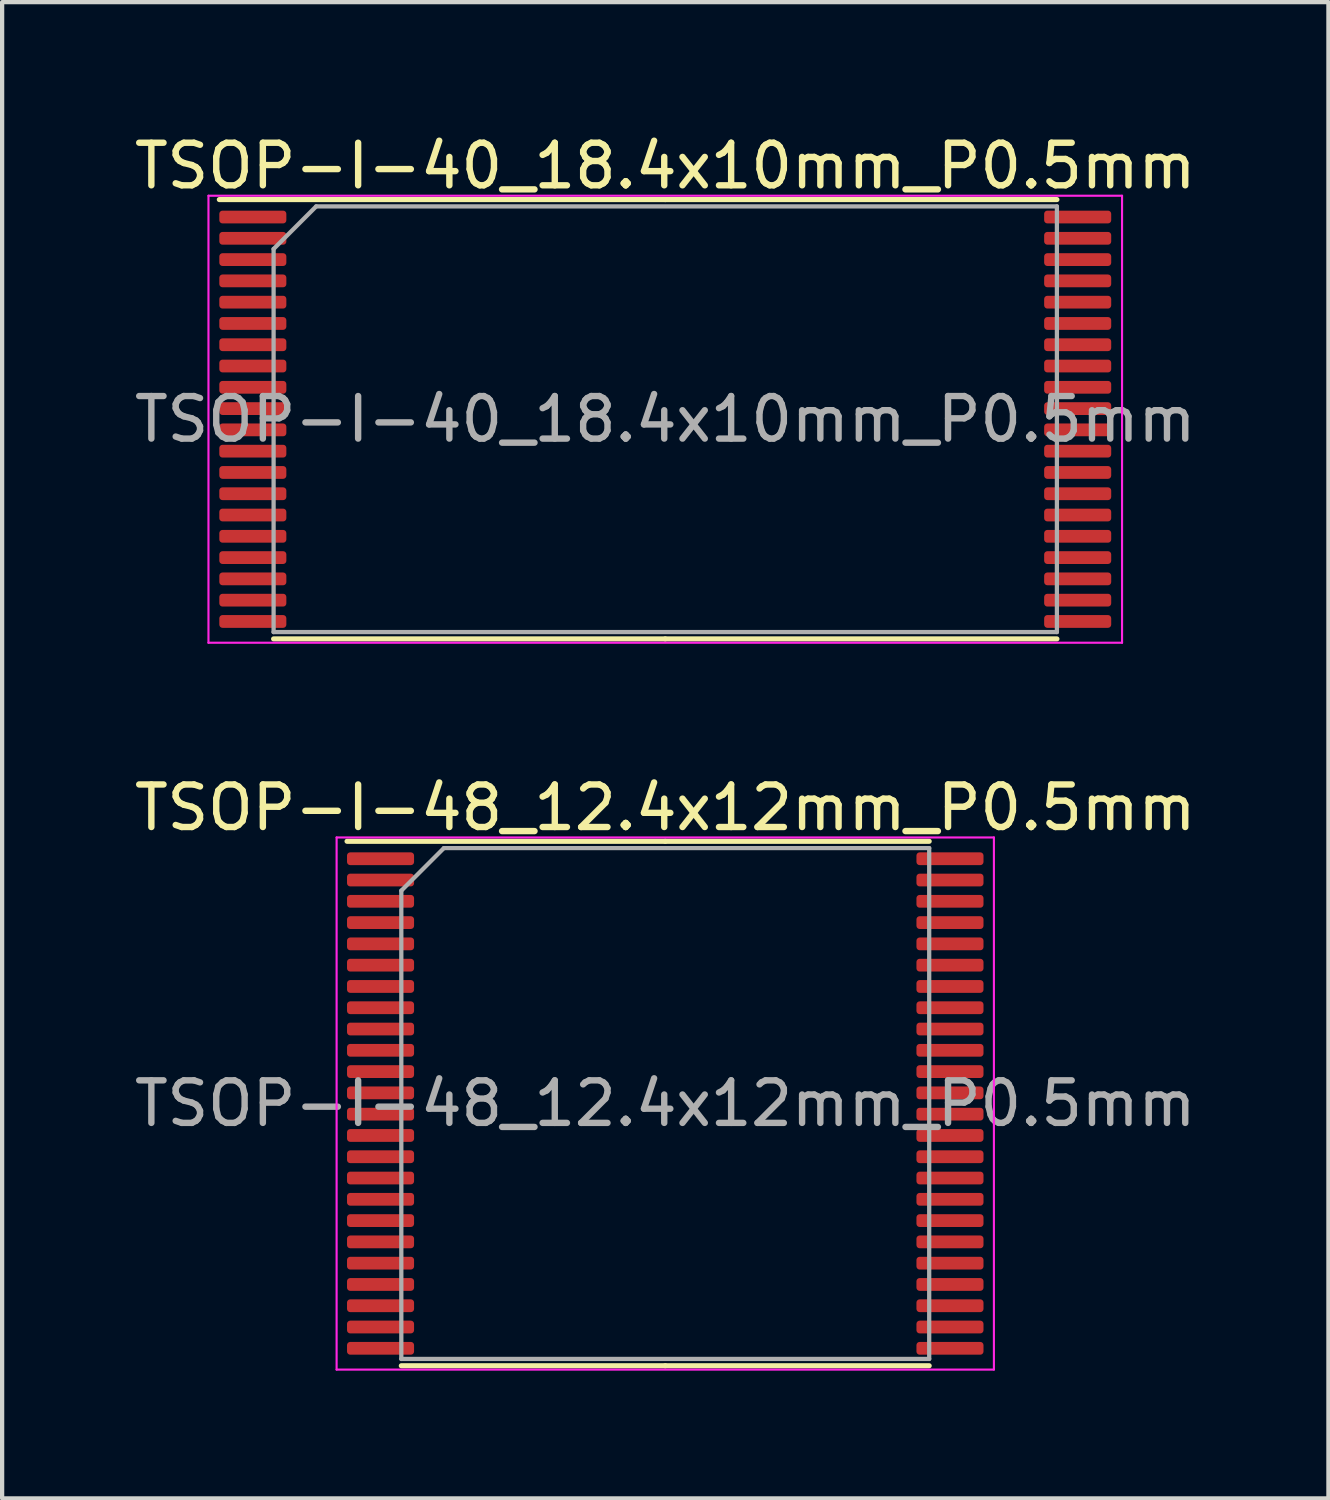
<source format=kicad_pcb>
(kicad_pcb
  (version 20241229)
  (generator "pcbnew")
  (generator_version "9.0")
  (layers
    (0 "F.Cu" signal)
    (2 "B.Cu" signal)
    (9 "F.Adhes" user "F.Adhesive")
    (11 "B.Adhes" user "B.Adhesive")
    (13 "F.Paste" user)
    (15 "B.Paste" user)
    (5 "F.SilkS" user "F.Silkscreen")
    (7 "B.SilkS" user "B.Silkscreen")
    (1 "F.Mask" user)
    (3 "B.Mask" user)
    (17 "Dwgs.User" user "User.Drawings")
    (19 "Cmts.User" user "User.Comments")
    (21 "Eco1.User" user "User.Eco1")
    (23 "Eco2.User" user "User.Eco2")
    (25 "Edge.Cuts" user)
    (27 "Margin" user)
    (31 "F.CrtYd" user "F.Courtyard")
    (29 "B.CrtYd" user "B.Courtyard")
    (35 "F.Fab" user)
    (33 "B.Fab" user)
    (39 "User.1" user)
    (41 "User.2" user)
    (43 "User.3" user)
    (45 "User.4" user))
  (footprint "TSOP-I-40_18.4x10mm_P0.5mm"
    (layer "F.Cu")
    (at 12.577 6.798)
    (property "Reference" "TSOP-I-40_18.4x10mm_P0.5mm" (at 0 -5.95 0) (layer "F.SilkS") (effects (font (size 1 1) (thickness 0.15))))
    (attr smd)
    (fp_line (start 0 -5.16) (end -10.475 -5.16) (stroke (width 0.12) (type solid)) (layer "F.SilkS"))
    (fp_line (start 0 -5.16) (end 9.2 -5.16) (stroke (width 0.12) (type solid)) (layer "F.SilkS"))
    (fp_line (start 0 5.16) (end -9.2 5.16) (stroke (width 0.12) (type solid)) (layer "F.SilkS"))
    (fp_line (start 0 5.16) (end 9.2 5.16) (stroke (width 0.12) (type solid)) (layer "F.SilkS"))
    (fp_line (start -10.73 -5.25) (end -10.73 5.25) (stroke (width 0.05) (type solid)) (layer "F.CrtYd"))
    (fp_line (start -10.73 5.25) (end 10.73 5.25) (stroke (width 0.05) (type solid)) (layer "F.CrtYd"))
    (fp_line (start 10.73 -5.25) (end -10.73 -5.25) (stroke (width 0.05) (type solid)) (layer "F.CrtYd"))
    (fp_line (start 10.73 5.25) (end 10.73 -5.25) (stroke (width 0.05) (type solid)) (layer "F.CrtYd"))
    (fp_line (start -9.2 -4) (end -8.2 -5) (stroke (width 0.1) (type solid)) (layer "F.Fab"))
    (fp_line (start -9.2 5) (end -9.2 -4) (stroke (width 0.1) (type solid)) (layer "F.Fab"))
    (fp_line (start -8.2 -5) (end 9.2 -5) (stroke (width 0.1) (type solid)) (layer "F.Fab"))
    (fp_line (start 9.2 -5) (end 9.2 5) (stroke (width 0.1) (type solid)) (layer "F.Fab"))
    (fp_line (start 9.2 5) (end -9.2 5) (stroke (width 0.1) (type solid)) (layer "F.Fab"))
    (fp_text user "${REFERENCE}" (at 0 0 0) (layer "F.Fab") (effects (font (size 1 1) (thickness 0.15))))
    (pad "1" smd roundrect (at -9.688 -4.75) (size 1.575 0.3) (layers "F.Cu" "F.Mask" "F.Paste") (roundrect_rratio 0.25))
    (pad "2" smd roundrect (at -9.688 -4.25) (size 1.575 0.3) (layers "F.Cu" "F.Mask" "F.Paste") (roundrect_rratio 0.25))
    (pad "3" smd roundrect (at -9.688 -3.75) (size 1.575 0.3) (layers "F.Cu" "F.Mask" "F.Paste") (roundrect_rratio 0.25))
    (pad "4" smd roundrect (at -9.688 -3.25) (size 1.575 0.3) (layers "F.Cu" "F.Mask" "F.Paste") (roundrect_rratio 0.25))
    (pad "5" smd roundrect (at -9.688 -2.75) (size 1.575 0.3) (layers "F.Cu" "F.Mask" "F.Paste") (roundrect_rratio 0.25))
    (pad "6" smd roundrect (at -9.688 -2.25) (size 1.575 0.3) (layers "F.Cu" "F.Mask" "F.Paste") (roundrect_rratio 0.25))
    (pad "7" smd roundrect (at -9.688 -1.75) (size 1.575 0.3) (layers "F.Cu" "F.Mask" "F.Paste") (roundrect_rratio 0.25))
    (pad "8" smd roundrect (at -9.688 -1.25) (size 1.575 0.3) (layers "F.Cu" "F.Mask" "F.Paste") (roundrect_rratio 0.25))
    (pad "9" smd roundrect (at -9.688 -0.75) (size 1.575 0.3) (layers "F.Cu" "F.Mask" "F.Paste") (roundrect_rratio 0.25))
    (pad "10" smd roundrect (at -9.688 -0.25) (size 1.575 0.3) (layers "F.Cu" "F.Mask" "F.Paste") (roundrect_rratio 0.25))
    (pad "11" smd roundrect (at -9.688 0.25) (size 1.575 0.3) (layers "F.Cu" "F.Mask" "F.Paste") (roundrect_rratio 0.25))
    (pad "12" smd roundrect (at -9.688 0.75) (size 1.575 0.3) (layers "F.Cu" "F.Mask" "F.Paste") (roundrect_rratio 0.25))
    (pad "13" smd roundrect (at -9.688 1.25) (size 1.575 0.3) (layers "F.Cu" "F.Mask" "F.Paste") (roundrect_rratio 0.25))
    (pad "14" smd roundrect (at -9.688 1.75) (size 1.575 0.3) (layers "F.Cu" "F.Mask" "F.Paste") (roundrect_rratio 0.25))
    (pad "15" smd roundrect (at -9.688 2.25) (size 1.575 0.3) (layers "F.Cu" "F.Mask" "F.Paste") (roundrect_rratio 0.25))
    (pad "16" smd roundrect (at -9.688 2.75) (size 1.575 0.3) (layers "F.Cu" "F.Mask" "F.Paste") (roundrect_rratio 0.25))
    (pad "17" smd roundrect (at -9.688 3.25) (size 1.575 0.3) (layers "F.Cu" "F.Mask" "F.Paste") (roundrect_rratio 0.25))
    (pad "18" smd roundrect (at -9.688 3.75) (size 1.575 0.3) (layers "F.Cu" "F.Mask" "F.Paste") (roundrect_rratio 0.25))
    (pad "19" smd roundrect (at -9.688 4.25) (size 1.575 0.3) (layers "F.Cu" "F.Mask" "F.Paste") (roundrect_rratio 0.25))
    (pad "20" smd roundrect (at -9.688 4.75) (size 1.575 0.3) (layers "F.Cu" "F.Mask" "F.Paste") (roundrect_rratio 0.25))
    (pad "21" smd roundrect (at 9.688 4.75) (size 1.575 0.3) (layers "F.Cu" "F.Mask" "F.Paste") (roundrect_rratio 0.25))
    (pad "22" smd roundrect (at 9.688 4.25) (size 1.575 0.3) (layers "F.Cu" "F.Mask" "F.Paste") (roundrect_rratio 0.25))
    (pad "23" smd roundrect (at 9.688 3.75) (size 1.575 0.3) (layers "F.Cu" "F.Mask" "F.Paste") (roundrect_rratio 0.25))
    (pad "24" smd roundrect (at 9.688 3.25) (size 1.575 0.3) (layers "F.Cu" "F.Mask" "F.Paste") (roundrect_rratio 0.25))
    (pad "25" smd roundrect (at 9.688 2.75) (size 1.575 0.3) (layers "F.Cu" "F.Mask" "F.Paste") (roundrect_rratio 0.25))
    (pad "26" smd roundrect (at 9.688 2.25) (size 1.575 0.3) (layers "F.Cu" "F.Mask" "F.Paste") (roundrect_rratio 0.25))
    (pad "27" smd roundrect (at 9.688 1.75) (size 1.575 0.3) (layers "F.Cu" "F.Mask" "F.Paste") (roundrect_rratio 0.25))
    (pad "28" smd roundrect (at 9.688 1.25) (size 1.575 0.3) (layers "F.Cu" "F.Mask" "F.Paste") (roundrect_rratio 0.25))
    (pad "29" smd roundrect (at 9.688 0.75) (size 1.575 0.3) (layers "F.Cu" "F.Mask" "F.Paste") (roundrect_rratio 0.25))
    (pad "30" smd roundrect (at 9.688 0.25) (size 1.575 0.3) (layers "F.Cu" "F.Mask" "F.Paste") (roundrect_rratio 0.25))
    (pad "31" smd roundrect (at 9.688 -0.25) (size 1.575 0.3) (layers "F.Cu" "F.Mask" "F.Paste") (roundrect_rratio 0.25))
    (pad "32" smd roundrect (at 9.688 -0.75) (size 1.575 0.3) (layers "F.Cu" "F.Mask" "F.Paste") (roundrect_rratio 0.25))
    (pad "33" smd roundrect (at 9.688 -1.25) (size 1.575 0.3) (layers "F.Cu" "F.Mask" "F.Paste") (roundrect_rratio 0.25))
    (pad "34" smd roundrect (at 9.688 -1.75) (size 1.575 0.3) (layers "F.Cu" "F.Mask" "F.Paste") (roundrect_rratio 0.25))
    (pad "35" smd roundrect (at 9.688 -2.25) (size 1.575 0.3) (layers "F.Cu" "F.Mask" "F.Paste") (roundrect_rratio 0.25))
    (pad "36" smd roundrect (at 9.688 -2.75) (size 1.575 0.3) (layers "F.Cu" "F.Mask" "F.Paste") (roundrect_rratio 0.25))
    (pad "37" smd roundrect (at 9.688 -3.25) (size 1.575 0.3) (layers "F.Cu" "F.Mask" "F.Paste") (roundrect_rratio 0.25))
    (pad "38" smd roundrect (at 9.688 -3.75) (size 1.575 0.3) (layers "F.Cu" "F.Mask" "F.Paste") (roundrect_rratio 0.25))
    (pad "39" smd roundrect (at 9.688 -4.25) (size 1.575 0.3) (layers "F.Cu" "F.Mask" "F.Paste") (roundrect_rratio 0.25))
    (pad "40" smd roundrect (at 9.688 -4.75) (size 1.575 0.3) (layers "F.Cu" "F.Mask" "F.Paste") (roundrect_rratio 0.25)))
  (footprint "TSOP-I-48_12.4x12mm_P0.5mm"
    (layer "F.Cu")
    (at 12.577 22.872)
    (property "Reference" "TSOP-I-48_12.4x12mm_P0.5mm" (at 0 -6.95 0) (layer "F.SilkS") (effects (font (size 1 1) (thickness 0.15))))
    (attr smd)
    (fp_line (start 0 -6.16) (end -7.475 -6.16) (stroke (width 0.12) (type solid)) (layer "F.SilkS"))
    (fp_line (start 0 -6.16) (end 6.2 -6.16) (stroke (width 0.12) (type solid)) (layer "F.SilkS"))
    (fp_line (start 0 6.16) (end -6.2 6.16) (stroke (width 0.12) (type solid)) (layer "F.SilkS"))
    (fp_line (start 0 6.16) (end 6.2 6.16) (stroke (width 0.12) (type solid)) (layer "F.SilkS"))
    (fp_line (start -7.72 -6.25) (end -7.72 6.25) (stroke (width 0.05) (type solid)) (layer "F.CrtYd"))
    (fp_line (start -7.72 6.25) (end 7.72 6.25) (stroke (width 0.05) (type solid)) (layer "F.CrtYd"))
    (fp_line (start 7.72 -6.25) (end -7.72 -6.25) (stroke (width 0.05) (type solid)) (layer "F.CrtYd"))
    (fp_line (start 7.72 6.25) (end 7.72 -6.25) (stroke (width 0.05) (type solid)) (layer "F.CrtYd"))
    (fp_line (start -6.2 -5) (end -5.2 -6) (stroke (width 0.1) (type solid)) (layer "F.Fab"))
    (fp_line (start -6.2 6) (end -6.2 -5) (stroke (width 0.1) (type solid)) (layer "F.Fab"))
    (fp_line (start -5.2 -6) (end 6.2 -6) (stroke (width 0.1) (type solid)) (layer "F.Fab"))
    (fp_line (start 6.2 -6) (end 6.2 6) (stroke (width 0.1) (type solid)) (layer "F.Fab"))
    (fp_line (start 6.2 6) (end -6.2 6) (stroke (width 0.1) (type solid)) (layer "F.Fab"))
    (fp_text user "${REFERENCE}" (at 0 0 0) (layer "F.Fab") (effects (font (size 1 1) (thickness 0.15))))
    (pad "1" smd roundrect (at -6.688 -5.75) (size 1.575 0.3) (layers "F.Cu" "F.Mask" "F.Paste") (roundrect_rratio 0.25))
    (pad "2" smd roundrect (at -6.688 -5.25) (size 1.575 0.3) (layers "F.Cu" "F.Mask" "F.Paste") (roundrect_rratio 0.25))
    (pad "3" smd roundrect (at -6.688 -4.75) (size 1.575 0.3) (layers "F.Cu" "F.Mask" "F.Paste") (roundrect_rratio 0.25))
    (pad "4" smd roundrect (at -6.688 -4.25) (size 1.575 0.3) (layers "F.Cu" "F.Mask" "F.Paste") (roundrect_rratio 0.25))
    (pad "5" smd roundrect (at -6.688 -3.75) (size 1.575 0.3) (layers "F.Cu" "F.Mask" "F.Paste") (roundrect_rratio 0.25))
    (pad "6" smd roundrect (at -6.688 -3.25) (size 1.575 0.3) (layers "F.Cu" "F.Mask" "F.Paste") (roundrect_rratio 0.25))
    (pad "7" smd roundrect (at -6.688 -2.75) (size 1.575 0.3) (layers "F.Cu" "F.Mask" "F.Paste") (roundrect_rratio 0.25))
    (pad "8" smd roundrect (at -6.688 -2.25) (size 1.575 0.3) (layers "F.Cu" "F.Mask" "F.Paste") (roundrect_rratio 0.25))
    (pad "9" smd roundrect (at -6.688 -1.75) (size 1.575 0.3) (layers "F.Cu" "F.Mask" "F.Paste") (roundrect_rratio 0.25))
    (pad "10" smd roundrect (at -6.688 -1.25) (size 1.575 0.3) (layers "F.Cu" "F.Mask" "F.Paste") (roundrect_rratio 0.25))
    (pad "11" smd roundrect (at -6.688 -0.75) (size 1.575 0.3) (layers "F.Cu" "F.Mask" "F.Paste") (roundrect_rratio 0.25))
    (pad "12" smd roundrect (at -6.688 -0.25) (size 1.575 0.3) (layers "F.Cu" "F.Mask" "F.Paste") (roundrect_rratio 0.25))
    (pad "13" smd roundrect (at -6.688 0.25) (size 1.575 0.3) (layers "F.Cu" "F.Mask" "F.Paste") (roundrect_rratio 0.25))
    (pad "14" smd roundrect (at -6.688 0.75) (size 1.575 0.3) (layers "F.Cu" "F.Mask" "F.Paste") (roundrect_rratio 0.25))
    (pad "15" smd roundrect (at -6.688 1.25) (size 1.575 0.3) (layers "F.Cu" "F.Mask" "F.Paste") (roundrect_rratio 0.25))
    (pad "16" smd roundrect (at -6.688 1.75) (size 1.575 0.3) (layers "F.Cu" "F.Mask" "F.Paste") (roundrect_rratio 0.25))
    (pad "17" smd roundrect (at -6.688 2.25) (size 1.575 0.3) (layers "F.Cu" "F.Mask" "F.Paste") (roundrect_rratio 0.25))
    (pad "18" smd roundrect (at -6.688 2.75) (size 1.575 0.3) (layers "F.Cu" "F.Mask" "F.Paste") (roundrect_rratio 0.25))
    (pad "19" smd roundrect (at -6.688 3.25) (size 1.575 0.3) (layers "F.Cu" "F.Mask" "F.Paste") (roundrect_rratio 0.25))
    (pad "20" smd roundrect (at -6.688 3.75) (size 1.575 0.3) (layers "F.Cu" "F.Mask" "F.Paste") (roundrect_rratio 0.25))
    (pad "21" smd roundrect (at -6.688 4.25) (size 1.575 0.3) (layers "F.Cu" "F.Mask" "F.Paste") (roundrect_rratio 0.25))
    (pad "22" smd roundrect (at -6.688 4.75) (size 1.575 0.3) (layers "F.Cu" "F.Mask" "F.Paste") (roundrect_rratio 0.25))
    (pad "23" smd roundrect (at -6.688 5.25) (size 1.575 0.3) (layers "F.Cu" "F.Mask" "F.Paste") (roundrect_rratio 0.25))
    (pad "24" smd roundrect (at -6.688 5.75) (size 1.575 0.3) (layers "F.Cu" "F.Mask" "F.Paste") (roundrect_rratio 0.25))
    (pad "25" smd roundrect (at 6.688 5.75) (size 1.575 0.3) (layers "F.Cu" "F.Mask" "F.Paste") (roundrect_rratio 0.25))
    (pad "26" smd roundrect (at 6.688 5.25) (size 1.575 0.3) (layers "F.Cu" "F.Mask" "F.Paste") (roundrect_rratio 0.25))
    (pad "27" smd roundrect (at 6.688 4.75) (size 1.575 0.3) (layers "F.Cu" "F.Mask" "F.Paste") (roundrect_rratio 0.25))
    (pad "28" smd roundrect (at 6.688 4.25) (size 1.575 0.3) (layers "F.Cu" "F.Mask" "F.Paste") (roundrect_rratio 0.25))
    (pad "29" smd roundrect (at 6.688 3.75) (size 1.575 0.3) (layers "F.Cu" "F.Mask" "F.Paste") (roundrect_rratio 0.25))
    (pad "30" smd roundrect (at 6.688 3.25) (size 1.575 0.3) (layers "F.Cu" "F.Mask" "F.Paste") (roundrect_rratio 0.25))
    (pad "31" smd roundrect (at 6.688 2.75) (size 1.575 0.3) (layers "F.Cu" "F.Mask" "F.Paste") (roundrect_rratio 0.25))
    (pad "32" smd roundrect (at 6.688 2.25) (size 1.575 0.3) (layers "F.Cu" "F.Mask" "F.Paste") (roundrect_rratio 0.25))
    (pad "33" smd roundrect (at 6.688 1.75) (size 1.575 0.3) (layers "F.Cu" "F.Mask" "F.Paste") (roundrect_rratio 0.25))
    (pad "34" smd roundrect (at 6.688 1.25) (size 1.575 0.3) (layers "F.Cu" "F.Mask" "F.Paste") (roundrect_rratio 0.25))
    (pad "35" smd roundrect (at 6.688 0.75) (size 1.575 0.3) (layers "F.Cu" "F.Mask" "F.Paste") (roundrect_rratio 0.25))
    (pad "36" smd roundrect (at 6.688 0.25) (size 1.575 0.3) (layers "F.Cu" "F.Mask" "F.Paste") (roundrect_rratio 0.25))
    (pad "37" smd roundrect (at 6.688 -0.25) (size 1.575 0.3) (layers "F.Cu" "F.Mask" "F.Paste") (roundrect_rratio 0.25))
    (pad "38" smd roundrect (at 6.688 -0.75) (size 1.575 0.3) (layers "F.Cu" "F.Mask" "F.Paste") (roundrect_rratio 0.25))
    (pad "39" smd roundrect (at 6.688 -1.25) (size 1.575 0.3) (layers "F.Cu" "F.Mask" "F.Paste") (roundrect_rratio 0.25))
    (pad "40" smd roundrect (at 6.688 -1.75) (size 1.575 0.3) (layers "F.Cu" "F.Mask" "F.Paste") (roundrect_rratio 0.25))
    (pad "41" smd roundrect (at 6.688 -2.25) (size 1.575 0.3) (layers "F.Cu" "F.Mask" "F.Paste") (roundrect_rratio 0.25))
    (pad "42" smd roundrect (at 6.688 -2.75) (size 1.575 0.3) (layers "F.Cu" "F.Mask" "F.Paste") (roundrect_rratio 0.25))
    (pad "43" smd roundrect (at 6.688 -3.25) (size 1.575 0.3) (layers "F.Cu" "F.Mask" "F.Paste") (roundrect_rratio 0.25))
    (pad "44" smd roundrect (at 6.688 -3.75) (size 1.575 0.3) (layers "F.Cu" "F.Mask" "F.Paste") (roundrect_rratio 0.25))
    (pad "45" smd roundrect (at 6.688 -4.25) (size 1.575 0.3) (layers "F.Cu" "F.Mask" "F.Paste") (roundrect_rratio 0.25))
    (pad "46" smd roundrect (at 6.688 -4.75) (size 1.575 0.3) (layers "F.Cu" "F.Mask" "F.Paste") (roundrect_rratio 0.25))
    (pad "47" smd roundrect (at 6.688 -5.25) (size 1.575 0.3) (layers "F.Cu" "F.Mask" "F.Paste") (roundrect_rratio 0.25))
    (pad "48" smd roundrect (at 6.688 -5.75) (size 1.575 0.3) (layers "F.Cu" "F.Mask" "F.Paste") (roundrect_rratio 0.25)))
  (gr_rect
    (start -3 -3)
    (end 28.155 32.147)
    (stroke (width 0.1) (type default))
    (fill no)
    (layer "Edge.Cuts")))
</source>
